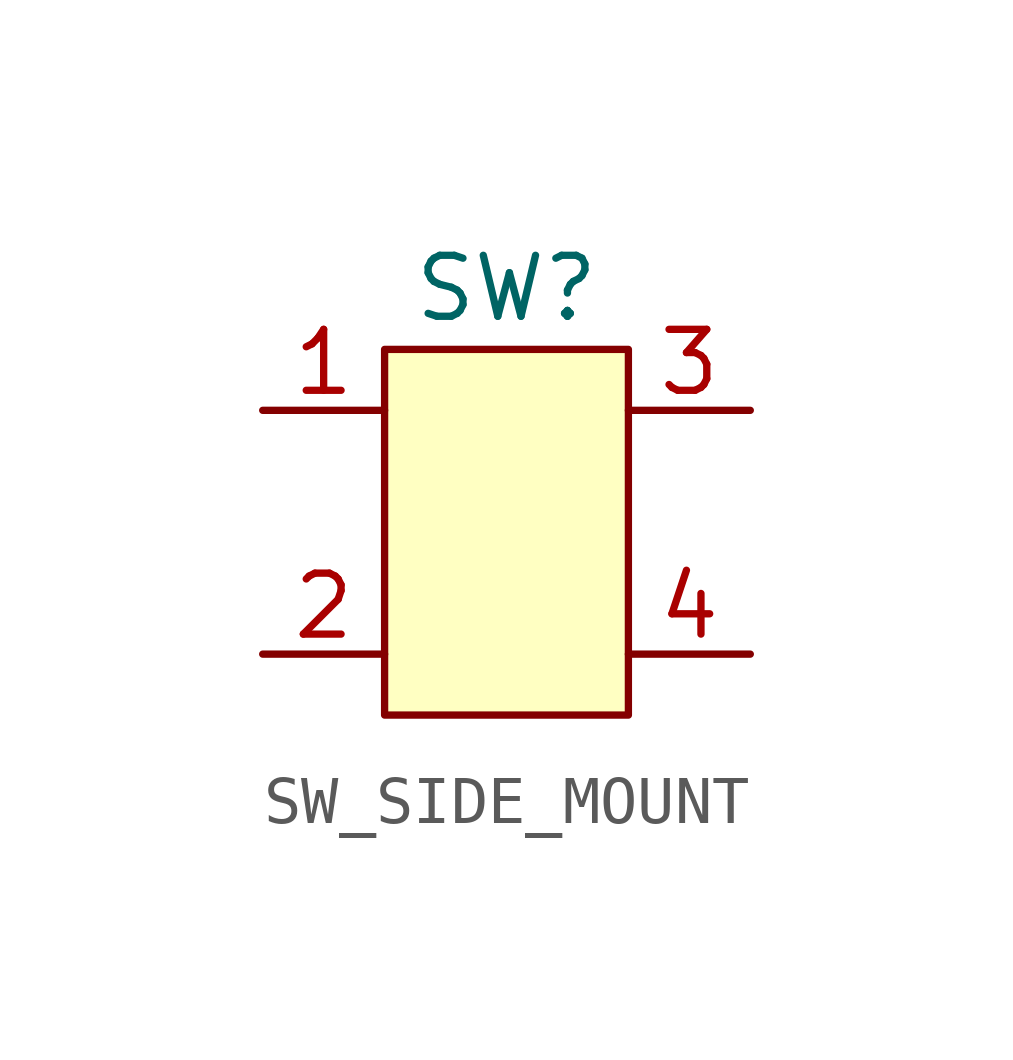
<source format=kicad_sym>
(kicad_symbol_lib
  (version 20241209)
  (generator "kicad_symbol_editor")
  (generator_version "9.0")
  (symbol "SW_SIDE_MOUNT"
    (property "Reference" "SW"
      (at 0 5.08 0)
      (effects (font (size 1.27 1.27))))
    (property "Value" ""
      (at 0 0 0)
      (effects (font (size 1.27 1.27))))
    (symbol "SW_SIDE_MOUNT_1_1"
      (rectangle (start -2.54 3.81) (end 2.54 -3.81) (stroke (width 0) (type solid)) (fill (type background)))
      (pin passive line (at -5.08 2.54 0) (length 2.54) (name "" (effects (font (size 1.27 1.27)))) (number "1" (effects (font (size 1.27 1.27)))))
      (pin passive line (at -5.08 -2.54 0) (length 2.54) (name "" (effects (font (size 1.27 1.27)))) (number "2" (effects (font (size 1.27 1.27)))))
      (pin passive line (at 5.08 2.54 180) (length 2.54) (name "" (effects (font (size 1.27 1.27)))) (number "3" (effects (font (size 1.27 1.27)))))
      (pin passive line (at 5.08 -2.54 180) (length 2.54) (name "" (effects (font (size 1.27 1.27)))) (number "4" (effects (font (size 1.27 1.27))))))))
</source>
